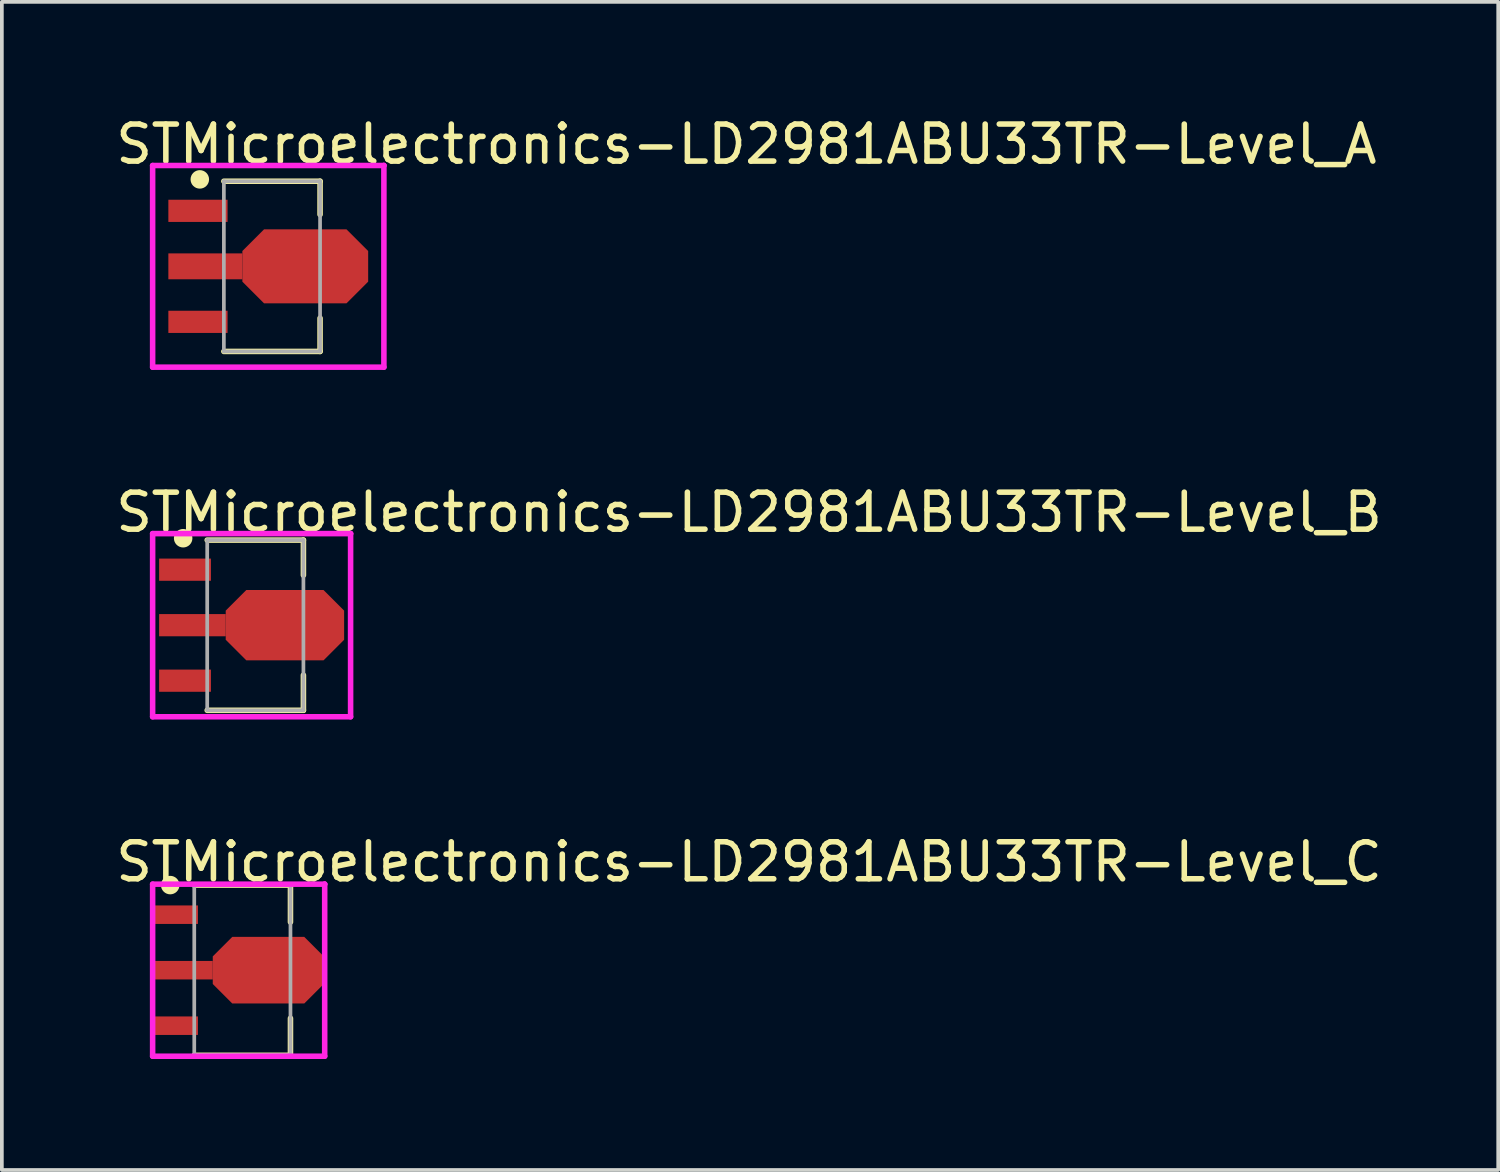
<source format=kicad_pcb>
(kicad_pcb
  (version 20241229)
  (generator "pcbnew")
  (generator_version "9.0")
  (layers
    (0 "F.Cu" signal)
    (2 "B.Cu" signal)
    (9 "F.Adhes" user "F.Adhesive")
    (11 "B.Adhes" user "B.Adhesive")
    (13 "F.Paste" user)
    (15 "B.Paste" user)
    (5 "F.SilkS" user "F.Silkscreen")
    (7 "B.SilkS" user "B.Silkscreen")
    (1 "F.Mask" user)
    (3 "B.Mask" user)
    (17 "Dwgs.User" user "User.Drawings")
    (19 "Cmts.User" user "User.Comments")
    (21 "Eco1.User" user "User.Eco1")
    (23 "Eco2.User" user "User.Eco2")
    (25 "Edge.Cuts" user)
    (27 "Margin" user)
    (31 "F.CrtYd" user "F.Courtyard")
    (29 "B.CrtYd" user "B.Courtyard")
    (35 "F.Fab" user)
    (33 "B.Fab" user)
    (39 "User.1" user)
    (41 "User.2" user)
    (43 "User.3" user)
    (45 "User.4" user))
  (footprint "STMicroelectronics-LD2981ABU33TR-Level_B"
    (layer "F.Cu")
    (at 3.85 13.846)
    (property "Reference" "STMicroelectronics-LD2981ABU33TR-Level_B" (at -3.85 -3.05 0) (layer "F.SilkS") (effects (font (size 1 1) (thickness 0.15)) (justify left)))
    (attr through_hole)
    (fp_line (start -1.3 -2.3) (end 1.3 -2.3) (stroke (width 0.15) (type solid)) (layer "F.SilkS"))
    (fp_line (start -1.3 2.3) (end 1.3 2.3) (stroke (width 0.15) (type solid)) (layer "F.SilkS"))
    (fp_line (start 1.3 -1.35) (end 1.3 -2.3) (stroke (width 0.15) (type solid)) (layer "F.SilkS"))
    (fp_line (start 1.3 2.3) (end 1.3 1.35) (stroke (width 0.15) (type solid)) (layer "F.SilkS"))
    (fp_circle (center -1.95 -2.35) (end -1.825 -2.35) (stroke (width 0.25) (type solid)) (fill no) (layer "F.SilkS"))
    (fp_line (start -2.775 -2.475) (end -2.775 2.475) (stroke (width 0.15) (type solid)) (layer "F.CrtYd"))
    (fp_line (start -2.775 2.475) (end 2.575 2.475) (stroke (width 0.15) (type solid)) (layer "F.CrtYd"))
    (fp_line (start 2.575 -2.475) (end -2.775 -2.475) (stroke (width 0.15) (type solid)) (layer "F.CrtYd"))
    (fp_line (start 2.575 -2.475) (end 2.575 -2.475) (stroke (width 0.15) (type solid)) (layer "F.CrtYd"))
    (fp_line (start 2.575 2.475) (end 2.575 -2.475) (stroke (width 0.15) (type solid)) (layer "F.CrtYd"))
    (fp_line (start -1.3 -2.3) (end 1.3 -2.3) (stroke (width 0.1) (type solid)) (layer "F.Fab"))
    (fp_line (start -1.3 2.3) (end -1.3 -2.3) (stroke (width 0.1) (type solid)) (layer "F.Fab"))
    (fp_line (start -1.3 2.3) (end 1.3 2.3) (stroke (width 0.1) (type solid)) (layer "F.Fab"))
    (fp_line (start 1.3 2.3) (end 1.3 -2.3) (stroke (width 0.1) (type solid)) (layer "F.Fab"))
    (pad "1" smd rect (at -1.9 -1.5 270) (size 0.6 1.4) (layers "F.Cu" "F.Mask" "F.Paste"))
    (pad "2" smd rect (at -1.7 -0.000001 270) (size 0.6 1.8) (layers "F.Cu" "F.Mask" "F.Paste"))
    (pad "2" smd custom (at 0.8 0 270) (size 1 1) (layers "F.Cu" "F.Mask" "F.Paste") (options (anchor circle)) (primitives (gr_poly (pts (xy 0.394 -1.6) (xy -0.394 -1.6) (xy -0.95 -1.044) (xy -0.95 1.044) (xy -0.394 1.6) (xy 0.394 1.6) (xy 0.95 1.044) (xy 0.95 -1.044)) (width 0) (fill yes))))
    (pad "3" smd rect (at -1.9 1.5 270) (size 0.6 1.4) (layers "F.Cu" "F.Mask" "F.Paste")))
  (footprint "STMicroelectronics-LD2981ABU33TR-Level_C"
    (layer "F.Cu")
    (at 3.4 23.17)
    (property "Reference" "STMicroelectronics-LD2981ABU33TR-Level_C" (at -3.4 -2.925 0) (layer "F.SilkS") (effects (font (size 1 1) (thickness 0.15)) (justify left)))
    (attr through_hole)
    (fp_line (start -1.2 -2.3) (end 1.4 -2.3) (stroke (width 0.15) (type solid)) (layer "F.SilkS"))
    (fp_line (start -1.2 2.3) (end 1.4 2.3) (stroke (width 0.15) (type solid)) (layer "F.SilkS"))
    (fp_line (start 1.4 -1.3) (end 1.4 -2.3) (stroke (width 0.15) (type solid)) (layer "F.SilkS"))
    (fp_line (start 1.4 2.3) (end 1.4 1.3) (stroke (width 0.15) (type solid)) (layer "F.SilkS"))
    (fp_circle (center -1.85 -2.3) (end -1.725 -2.3) (stroke (width 0.25) (type solid)) (fill no) (layer "F.SilkS"))
    (fp_line (start -2.325 -2.325) (end -2.325 2.325) (stroke (width 0.15) (type solid)) (layer "F.CrtYd"))
    (fp_line (start -2.325 2.325) (end 2.325 2.325) (stroke (width 0.15) (type solid)) (layer "F.CrtYd"))
    (fp_line (start 2.325 -2.325) (end -2.325 -2.325) (stroke (width 0.15) (type solid)) (layer "F.CrtYd"))
    (fp_line (start 2.325 -2.325) (end 2.325 -2.325) (stroke (width 0.15) (type solid)) (layer "F.CrtYd"))
    (fp_line (start 2.325 2.325) (end 2.325 -2.325) (stroke (width 0.15) (type solid)) (layer "F.CrtYd"))
    (fp_line (start -1.2 -2.3) (end 1.4 -2.3) (stroke (width 0.1) (type solid)) (layer "F.Fab"))
    (fp_line (start -1.2 2.3) (end -1.2 -2.3) (stroke (width 0.1) (type solid)) (layer "F.Fab"))
    (fp_line (start -1.2 2.3) (end 1.4 2.3) (stroke (width 0.1) (type solid)) (layer "F.Fab"))
    (fp_line (start 1.4 2.3) (end 1.4 -2.3) (stroke (width 0.1) (type solid)) (layer "F.Fab"))
    (pad "1" smd rect (at -1.7 -1.5 270) (size 0.5 1.2) (layers "F.Cu" "F.Mask" "F.Paste"))
    (pad "2" smd rect (at -1.5 -0.000001 270) (size 0.5 1.6) (layers "F.Cu" "F.Mask" "F.Paste"))
    (pad "2" smd custom (at 0.8 0 270) (size 1 1) (layers "F.Cu" "F.Mask" "F.Paste") (options (anchor circle)) (primitives (gr_poly (pts (xy 0.373 -1.5) (xy -0.373 -1.5) (xy -0.9 -0.973) (xy -0.9 0.973) (xy -0.373 1.5) (xy 0.373 1.5) (xy 0.9 0.973) (xy 0.9 -0.973)) (width 0) (fill yes))))
    (pad "3" smd rect (at -1.7 1.5 270) (size 0.5 1.2) (layers "F.Cu" "F.Mask" "F.Paste")))
  (footprint "STMicroelectronics-LD2981ABU33TR-Level_A"
    (layer "F.Cu")
    (at 4.3 4.148)
    (property "Reference" "STMicroelectronics-LD2981ABU33TR-Level_A" (at -4.3 -3.3 0) (layer "F.SilkS") (effects (font (size 1 1) (thickness 0.15)) (justify left)))
    (attr through_hole)
    (fp_line (start -1.3 -2.3) (end 1.3 -2.3) (stroke (width 0.15) (type solid)) (layer "F.SilkS"))
    (fp_line (start -1.3 2.3) (end 1.3 2.3) (stroke (width 0.15) (type solid)) (layer "F.SilkS"))
    (fp_line (start 1.3 -1.4) (end 1.3 -2.3) (stroke (width 0.15) (type solid)) (layer "F.SilkS"))
    (fp_line (start 1.3 2.3) (end 1.3 1.4) (stroke (width 0.15) (type solid)) (layer "F.SilkS"))
    (fp_circle (center -1.95 -2.35) (end -1.825 -2.35) (stroke (width 0.25) (type solid)) (fill no) (layer "F.SilkS"))
    (fp_line (start -3.225 -2.725) (end -3.225 2.725) (stroke (width 0.15) (type solid)) (layer "F.CrtYd"))
    (fp_line (start -3.225 2.725) (end 3.025 2.725) (stroke (width 0.15) (type solid)) (layer "F.CrtYd"))
    (fp_line (start 3.025 -2.725) (end -3.225 -2.725) (stroke (width 0.15) (type solid)) (layer "F.CrtYd"))
    (fp_line (start 3.025 -2.725) (end 3.025 -2.725) (stroke (width 0.15) (type solid)) (layer "F.CrtYd"))
    (fp_line (start 3.025 2.725) (end 3.025 -2.725) (stroke (width 0.15) (type solid)) (layer "F.CrtYd"))
    (fp_line (start -1.3 -2.3) (end 1.3 -2.3) (stroke (width 0.1) (type solid)) (layer "F.Fab"))
    (fp_line (start -1.3 2.3) (end -1.3 -2.3) (stroke (width 0.1) (type solid)) (layer "F.Fab"))
    (fp_line (start -1.3 2.3) (end 1.3 2.3) (stroke (width 0.1) (type solid)) (layer "F.Fab"))
    (fp_line (start 1.3 2.3) (end 1.3 -2.3) (stroke (width 0.1) (type solid)) (layer "F.Fab"))
    (pad "1" smd rect (at -2 -1.5 270) (size 0.6 1.6) (layers "F.Cu" "F.Mask" "F.Paste"))
    (pad "2" smd rect (at -1.8 -0.000001 270) (size 0.7 2) (layers "F.Cu" "F.Mask" "F.Paste"))
    (pad "2" smd custom (at 0.9 0 270) (size 1 1) (layers "F.Cu" "F.Mask" "F.Paste") (options (anchor circle)) (primitives (gr_poly (pts (xy 0.414 -1.7) (xy -0.414 -1.7) (xy -1 -1.114) (xy -1 1.114) (xy -0.414 1.7) (xy 0.414 1.7) (xy 1 1.114) (xy 1 -1.114)) (width 0) (fill yes))))
    (pad "3" smd rect (at -2 1.5 270) (size 0.6 1.6) (layers "F.Cu" "F.Mask" "F.Paste")))
  (gr_rect
    (start -3 -3)
    (end 37.44 28.57)
    (stroke (width 0.1) (type default))
    (fill no)
    (layer "Edge.Cuts")))
</source>
